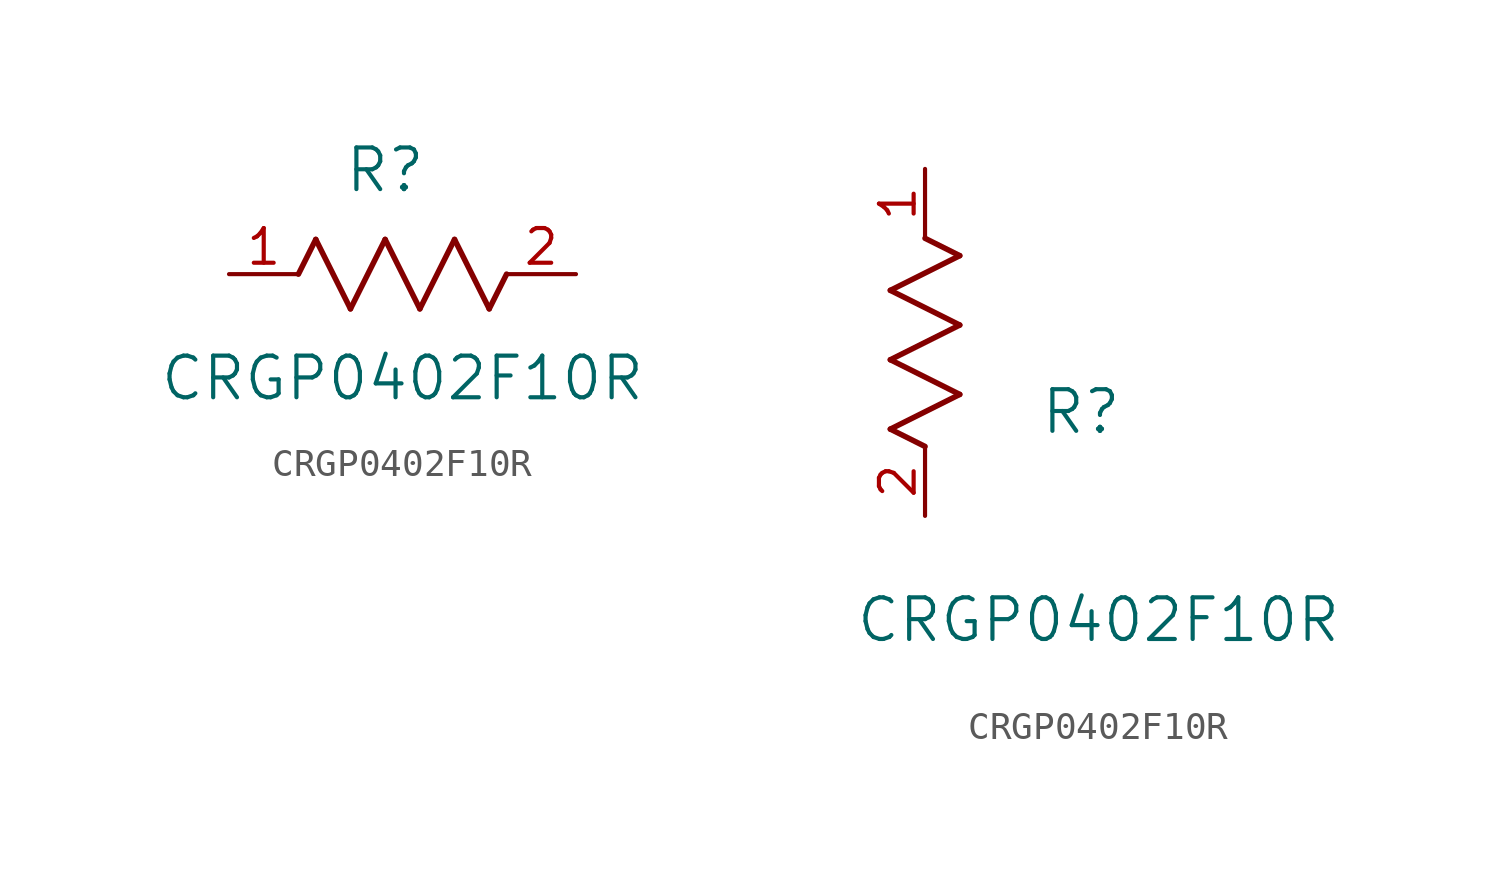
<source format=kicad_sym>
(kicad_symbol_lib
  (version 20211014)
  (generator kicad_symbol_editor)
  (symbol "CRGP0402F10R"
    (pin_names
      (offset 0.254))
    (property "Reference" "R"
      (at 5.715 3.81 0)
      (effects (font (size 1.524 1.524))))
    (property "Value" "CRGP0402F10R"
      (at 6.35 -3.81 0)
      (effects (font (size 1.524 1.524))))
    (symbol "CRGP0402F10R_1_1"
      (polyline (pts (xy 3.175 1.27) (xy 4.445 -1.27)) (stroke (width 0.203) (type default) (color 0 0 0 0)) (fill (type none)))
      (polyline (pts (xy 4.445 -1.27) (xy 5.715 1.27)) (stroke (width 0.203) (type default) (color 0 0 0 0)) (fill (type none)))
      (polyline (pts (xy 5.715 1.27) (xy 6.985 -1.27)) (stroke (width 0.203) (type default) (color 0 0 0 0)) (fill (type none)))
      (polyline (pts (xy 6.985 -1.27) (xy 8.255 1.27)) (stroke (width 0.203) (type default) (color 0 0 0 0)) (fill (type none)))
      (polyline (pts (xy 8.255 1.27) (xy 9.525 -1.27)) (stroke (width 0.203) (type default) (color 0 0 0 0)) (fill (type none)))
      (polyline (pts (xy 2.54 0) (xy 3.175 1.27)) (stroke (width 0.203) (type default) (color 0 0 0 0)) (fill (type none)))
      (polyline (pts (xy 9.525 -1.27) (xy 10.16 0)) (stroke (width 0.203) (type default) (color 0 0 0 0)) (fill (type none)))
      (pin unspecified line (at 0 0 0) (length 2.54) (name "" (effects (font (size 1.27 1.27)))) (number "1" (effects (font (size 1.27 1.27)))))
      (pin unspecified line (at 12.7 0 180) (length 2.54) (name "" (effects (font (size 1.27 1.27)))) (number "2" (effects (font (size 1.27 1.27))))))
    (symbol "CRGP0402F10R_1_2"
      (polyline (pts (xy 0 2.54) (xy -1.27 3.175)) (stroke (width 0.203) (type default) (color 0 0 0 0)) (fill (type none)))
      (polyline (pts (xy -1.27 3.175) (xy 1.27 4.445)) (stroke (width 0.203) (type default) (color 0 0 0 0)) (fill (type none)))
      (polyline (pts (xy 1.27 4.445) (xy -1.27 5.715)) (stroke (width 0.203) (type default) (color 0 0 0 0)) (fill (type none)))
      (polyline (pts (xy -1.27 5.715) (xy 1.27 6.985)) (stroke (width 0.203) (type default) (color 0 0 0 0)) (fill (type none)))
      (polyline (pts (xy -1.27 8.255) (xy 1.27 9.525)) (stroke (width 0.203) (type default) (color 0 0 0 0)) (fill (type none)))
      (polyline (pts (xy 1.27 9.525) (xy 0 10.16)) (stroke (width 0.203) (type default) (color 0 0 0 0)) (fill (type none)))
      (polyline (pts (xy 1.27 6.985) (xy -1.27 8.255)) (stroke (width 0.203) (type default) (color 0 0 0 0)) (fill (type none)))
      (pin unspecified line (at 0 12.7 270) (length 2.54) (name "" (effects (font (size 1.27 1.27)))) (number "1" (effects (font (size 1.27 1.27)))))
      (pin unspecified line (at 0 0 90) (length 2.54) (name "" (effects (font (size 1.27 1.27)))) (number "2" (effects (font (size 1.27 1.27))))))))
</source>
